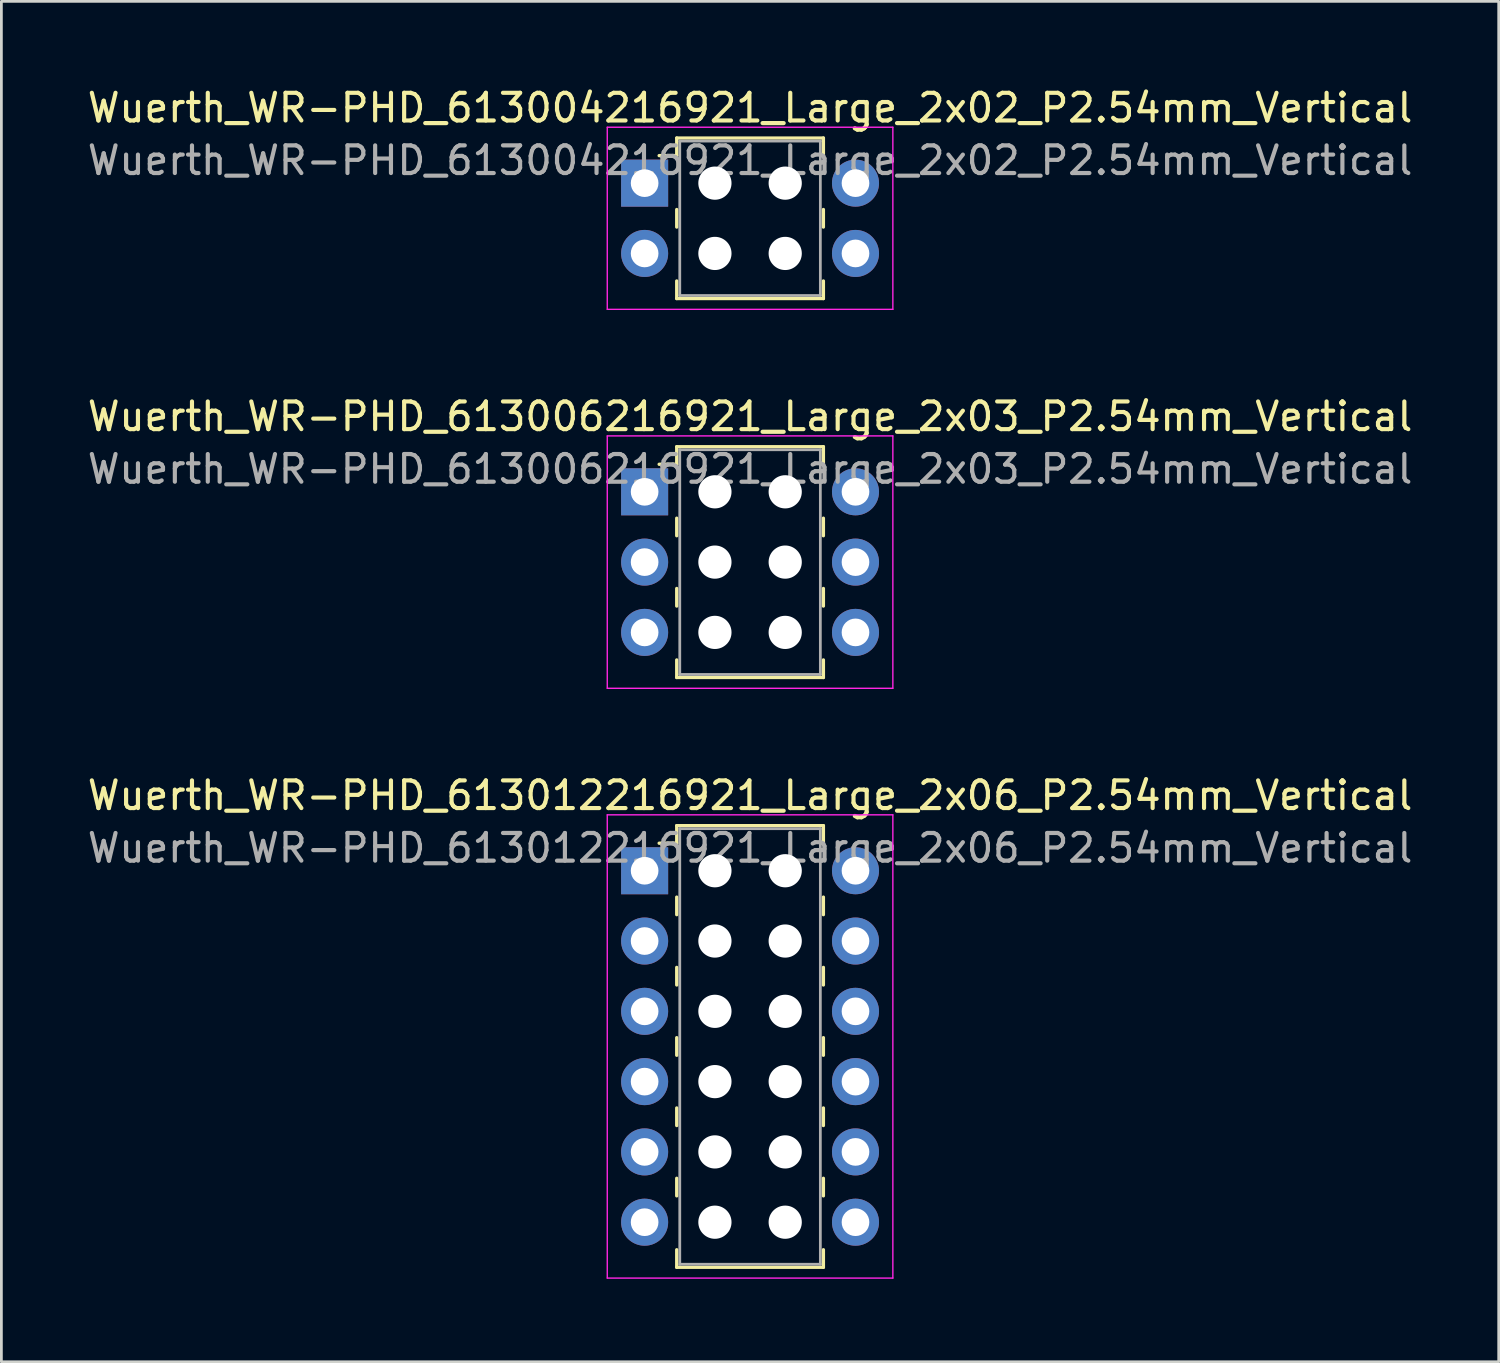
<source format=kicad_pcb>
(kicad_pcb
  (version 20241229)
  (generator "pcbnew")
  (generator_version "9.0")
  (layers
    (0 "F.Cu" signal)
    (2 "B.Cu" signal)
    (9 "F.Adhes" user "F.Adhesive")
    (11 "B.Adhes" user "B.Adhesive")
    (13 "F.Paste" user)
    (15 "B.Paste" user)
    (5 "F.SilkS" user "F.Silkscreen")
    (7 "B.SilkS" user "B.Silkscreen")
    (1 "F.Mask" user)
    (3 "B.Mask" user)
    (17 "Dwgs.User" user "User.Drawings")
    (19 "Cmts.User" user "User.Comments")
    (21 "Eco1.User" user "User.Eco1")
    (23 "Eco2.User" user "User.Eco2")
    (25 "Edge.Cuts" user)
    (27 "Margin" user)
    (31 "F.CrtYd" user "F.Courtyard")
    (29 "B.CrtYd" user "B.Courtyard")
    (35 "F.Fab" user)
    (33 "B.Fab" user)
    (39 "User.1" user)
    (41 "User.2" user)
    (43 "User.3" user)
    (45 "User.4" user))
  (footprint "Wuerth_WR-PHD_613012216921_Large_2x06_P2.54mm_Vertical"
    (layer "F.Cu")
    (at 20.244 28.415)
    (property "Reference" "Wuerth_WR-PHD_613012216921_Large_2x06_P2.54mm_Vertical" (at 3.81 -2.72 0) (layer "F.SilkS") (effects (font (size 1 1) (thickness 0.15))))
    (attr through_hole)
    (fp_line (start 1.16 -1.63) (end 1.16 -0.995) (stroke (width 0.12) (type solid)) (layer "F.SilkS"))
    (fp_line (start 1.16 -1.63) (end 6.46 -1.63) (stroke (width 0.12) (type solid)) (layer "F.SilkS"))
    (fp_line (start 1.16 -0.995) (end 0.525 -0.995) (stroke (width 0.12) (type solid)) (layer "F.SilkS"))
    (fp_line (start 1.16 0.953) (end 1.16 1.587) (stroke (width 0.12) (type solid)) (layer "F.SilkS"))
    (fp_line (start 1.16 3.493) (end 1.16 4.128) (stroke (width 0.12) (type solid)) (layer "F.SilkS"))
    (fp_line (start 1.16 6.032) (end 1.16 6.668) (stroke (width 0.12) (type solid)) (layer "F.SilkS"))
    (fp_line (start 1.16 8.572) (end 1.16 9.207) (stroke (width 0.12) (type solid)) (layer "F.SilkS"))
    (fp_line (start 1.16 11.113) (end 1.16 11.748) (stroke (width 0.12) (type solid)) (layer "F.SilkS"))
    (fp_line (start 1.16 14.33) (end 1.16 13.695) (stroke (width 0.12) (type solid)) (layer "F.SilkS"))
    (fp_line (start 1.16 14.33) (end 6.46 14.33) (stroke (width 0.12) (type solid)) (layer "F.SilkS"))
    (fp_line (start 6.46 -1.63) (end 6.46 -0.995) (stroke (width 0.12) (type solid)) (layer "F.SilkS"))
    (fp_line (start 6.46 0.953) (end 6.46 1.587) (stroke (width 0.12) (type solid)) (layer "F.SilkS"))
    (fp_line (start 6.46 3.493) (end 6.46 4.128) (stroke (width 0.12) (type solid)) (layer "F.SilkS"))
    (fp_line (start 6.46 6.032) (end 6.46 6.668) (stroke (width 0.12) (type solid)) (layer "F.SilkS"))
    (fp_line (start 6.46 8.572) (end 6.46 9.207) (stroke (width 0.12) (type solid)) (layer "F.SilkS"))
    (fp_line (start 6.46 11.113) (end 6.46 11.748) (stroke (width 0.12) (type solid)) (layer "F.SilkS"))
    (fp_line (start 6.46 14.33) (end 6.46 13.695) (stroke (width 0.12) (type solid)) (layer "F.SilkS"))
    (fp_line (start -1.35 -2.02) (end -1.35 14.72) (stroke (width 0.05) (type solid)) (layer "F.CrtYd"))
    (fp_line (start -1.35 14.72) (end 8.97 14.72) (stroke (width 0.05) (type solid)) (layer "F.CrtYd"))
    (fp_line (start 8.97 -2.02) (end -1.35 -2.02) (stroke (width 0.05) (type solid)) (layer "F.CrtYd"))
    (fp_line (start 8.97 14.72) (end 8.97 -2.02) (stroke (width 0.05) (type solid)) (layer "F.CrtYd"))
    (fp_line (start 1.27 -1.52) (end 1.27 14.22) (stroke (width 0.1) (type solid)) (layer "F.Fab"))
    (fp_line (start 1.27 14.22) (end 6.35 14.22) (stroke (width 0.1) (type solid)) (layer "F.Fab"))
    (fp_line (start 6.35 -1.52) (end 1.27 -1.52) (stroke (width 0.1) (type solid)) (layer "F.Fab"))
    (fp_line (start 6.35 14.22) (end 6.35 -1.52) (stroke (width 0.1) (type solid)) (layer "F.Fab"))
    (fp_text user "${REFERENCE}" (at 3.81 -0.82 0) (layer "F.Fab") (effects (font (size 1 1) (thickness 0.15))))
    (pad "" np_thru_hole circle (at 2.54 0) (size 1.2 1.2) (drill 1.2) (layers "*.Cu" "*.Mask"))
    (pad "" np_thru_hole circle (at 2.54 2.54) (size 1.2 1.2) (drill 1.2) (layers "*.Cu" "*.Mask"))
    (pad "" np_thru_hole circle (at 2.54 5.08) (size 1.2 1.2) (drill 1.2) (layers "*.Cu" "*.Mask"))
    (pad "" np_thru_hole circle (at 2.54 7.62) (size 1.2 1.2) (drill 1.2) (layers "*.Cu" "*.Mask"))
    (pad "" np_thru_hole circle (at 2.54 10.16) (size 1.2 1.2) (drill 1.2) (layers "*.Cu" "*.Mask"))
    (pad "" np_thru_hole circle (at 2.54 12.7) (size 1.2 1.2) (drill 1.2) (layers "*.Cu" "*.Mask"))
    (pad "" np_thru_hole circle (at 5.08 0) (size 1.2 1.2) (drill 1.2) (layers "*.Cu" "*.Mask"))
    (pad "" np_thru_hole circle (at 5.08 2.54) (size 1.2 1.2) (drill 1.2) (layers "*.Cu" "*.Mask"))
    (pad "" np_thru_hole circle (at 5.08 5.08) (size 1.2 1.2) (drill 1.2) (layers "*.Cu" "*.Mask"))
    (pad "" np_thru_hole circle (at 5.08 7.62) (size 1.2 1.2) (drill 1.2) (layers "*.Cu" "*.Mask"))
    (pad "" np_thru_hole circle (at 5.08 10.16) (size 1.2 1.2) (drill 1.2) (layers "*.Cu" "*.Mask"))
    (pad "" np_thru_hole circle (at 5.08 12.7) (size 1.2 1.2) (drill 1.2) (layers "*.Cu" "*.Mask"))
    (pad "1" thru_hole rect (at 0 0) (size 1.7 1.7) (drill 1) (layers "*.Cu" "*.Mask"))
    (pad "2" thru_hole circle (at 7.62 0) (size 1.7 1.7) (drill 1) (layers "*.Cu" "*.Mask"))
    (pad "3" thru_hole circle (at 0 2.54) (size 1.7 1.7) (drill 1) (layers "*.Cu" "*.Mask"))
    (pad "4" thru_hole circle (at 7.62 2.54) (size 1.7 1.7) (drill 1) (layers "*.Cu" "*.Mask"))
    (pad "5" thru_hole circle (at 0 5.08) (size 1.7 1.7) (drill 1) (layers "*.Cu" "*.Mask"))
    (pad "6" thru_hole circle (at 7.62 5.08) (size 1.7 1.7) (drill 1) (layers "*.Cu" "*.Mask"))
    (pad "7" thru_hole circle (at 0 7.62) (size 1.7 1.7) (drill 1) (layers "*.Cu" "*.Mask"))
    (pad "8" thru_hole circle (at 7.62 7.62) (size 1.7 1.7) (drill 1) (layers "*.Cu" "*.Mask"))
    (pad "9" thru_hole circle (at 0 10.16) (size 1.7 1.7) (drill 1) (layers "*.Cu" "*.Mask"))
    (pad "10" thru_hole circle (at 7.62 10.16) (size 1.7 1.7) (drill 1) (layers "*.Cu" "*.Mask"))
    (pad "11" thru_hole circle (at 0 12.7) (size 1.7 1.7) (drill 1) (layers "*.Cu" "*.Mask"))
    (pad "12" thru_hole circle (at 7.62 12.7) (size 1.7 1.7) (drill 1) (layers "*.Cu" "*.Mask")))
  (footprint "Wuerth_WR-PHD_613004216921_Large_2x02_P2.54mm_Vertical"
    (layer "F.Cu")
    (at 20.244 3.568)
    (property "Reference" "Wuerth_WR-PHD_613004216921_Large_2x02_P2.54mm_Vertical" (at 3.81 -2.72 0) (layer "F.SilkS") (effects (font (size 1 1) (thickness 0.15))))
    (attr through_hole)
    (fp_line (start 1.16 -1.63) (end 1.16 -0.995) (stroke (width 0.12) (type solid)) (layer "F.SilkS"))
    (fp_line (start 1.16 -1.63) (end 6.46 -1.63) (stroke (width 0.12) (type solid)) (layer "F.SilkS"))
    (fp_line (start 1.16 -0.995) (end 0.525 -0.995) (stroke (width 0.12) (type solid)) (layer "F.SilkS"))
    (fp_line (start 1.16 0.953) (end 1.16 1.587) (stroke (width 0.12) (type solid)) (layer "F.SilkS"))
    (fp_line (start 1.16 4.17) (end 1.16 3.535) (stroke (width 0.12) (type solid)) (layer "F.SilkS"))
    (fp_line (start 1.16 4.17) (end 6.46 4.17) (stroke (width 0.12) (type solid)) (layer "F.SilkS"))
    (fp_line (start 6.46 -1.63) (end 6.46 -0.995) (stroke (width 0.12) (type solid)) (layer "F.SilkS"))
    (fp_line (start 6.46 0.953) (end 6.46 1.587) (stroke (width 0.12) (type solid)) (layer "F.SilkS"))
    (fp_line (start 6.46 4.17) (end 6.46 3.535) (stroke (width 0.12) (type solid)) (layer "F.SilkS"))
    (fp_line (start -1.35 -2.02) (end -1.35 4.56) (stroke (width 0.05) (type solid)) (layer "F.CrtYd"))
    (fp_line (start -1.35 4.56) (end 8.97 4.56) (stroke (width 0.05) (type solid)) (layer "F.CrtYd"))
    (fp_line (start 8.97 -2.02) (end -1.35 -2.02) (stroke (width 0.05) (type solid)) (layer "F.CrtYd"))
    (fp_line (start 8.97 4.56) (end 8.97 -2.02) (stroke (width 0.05) (type solid)) (layer "F.CrtYd"))
    (fp_line (start 1.27 -1.52) (end 1.27 4.06) (stroke (width 0.1) (type solid)) (layer "F.Fab"))
    (fp_line (start 1.27 4.06) (end 6.35 4.06) (stroke (width 0.1) (type solid)) (layer "F.Fab"))
    (fp_line (start 6.35 -1.52) (end 1.27 -1.52) (stroke (width 0.1) (type solid)) (layer "F.Fab"))
    (fp_line (start 6.35 4.06) (end 6.35 -1.52) (stroke (width 0.1) (type solid)) (layer "F.Fab"))
    (fp_text user "${REFERENCE}" (at 3.81 -0.82 0) (layer "F.Fab") (effects (font (size 1 1) (thickness 0.15))))
    (pad "" np_thru_hole circle (at 2.54 0) (size 1.2 1.2) (drill 1.2) (layers "*.Cu" "*.Mask"))
    (pad "" np_thru_hole circle (at 2.54 2.54) (size 1.2 1.2) (drill 1.2) (layers "*.Cu" "*.Mask"))
    (pad "" np_thru_hole circle (at 5.08 0) (size 1.2 1.2) (drill 1.2) (layers "*.Cu" "*.Mask"))
    (pad "" np_thru_hole circle (at 5.08 2.54) (size 1.2 1.2) (drill 1.2) (layers "*.Cu" "*.Mask"))
    (pad "1" thru_hole rect (at 0 0) (size 1.7 1.7) (drill 1) (layers "*.Cu" "*.Mask"))
    (pad "2" thru_hole circle (at 7.62 0) (size 1.7 1.7) (drill 1) (layers "*.Cu" "*.Mask"))
    (pad "3" thru_hole circle (at 0 2.54) (size 1.7 1.7) (drill 1) (layers "*.Cu" "*.Mask"))
    (pad "4" thru_hole circle (at 7.62 2.54) (size 1.7 1.7) (drill 1) (layers "*.Cu" "*.Mask")))
  (footprint "Wuerth_WR-PHD_613006216921_Large_2x03_P2.54mm_Vertical"
    (layer "F.Cu")
    (at 20.244 14.722)
    (property "Reference" "Wuerth_WR-PHD_613006216921_Large_2x03_P2.54mm_Vertical" (at 3.81 -2.72 0) (layer "F.SilkS") (effects (font (size 1 1) (thickness 0.15))))
    (attr through_hole)
    (fp_line (start 1.16 -1.63) (end 1.16 -0.995) (stroke (width 0.12) (type solid)) (layer "F.SilkS"))
    (fp_line (start 1.16 -1.63) (end 6.46 -1.63) (stroke (width 0.12) (type solid)) (layer "F.SilkS"))
    (fp_line (start 1.16 -0.995) (end 0.525 -0.995) (stroke (width 0.12) (type solid)) (layer "F.SilkS"))
    (fp_line (start 1.16 0.953) (end 1.16 1.587) (stroke (width 0.12) (type solid)) (layer "F.SilkS"))
    (fp_line (start 1.16 3.493) (end 1.16 4.128) (stroke (width 0.12) (type solid)) (layer "F.SilkS"))
    (fp_line (start 1.16 6.71) (end 1.16 6.075) (stroke (width 0.12) (type solid)) (layer "F.SilkS"))
    (fp_line (start 1.16 6.71) (end 6.46 6.71) (stroke (width 0.12) (type solid)) (layer "F.SilkS"))
    (fp_line (start 6.46 -1.63) (end 6.46 -0.995) (stroke (width 0.12) (type solid)) (layer "F.SilkS"))
    (fp_line (start 6.46 0.953) (end 6.46 1.587) (stroke (width 0.12) (type solid)) (layer "F.SilkS"))
    (fp_line (start 6.46 3.493) (end 6.46 4.128) (stroke (width 0.12) (type solid)) (layer "F.SilkS"))
    (fp_line (start 6.46 6.71) (end 6.46 6.075) (stroke (width 0.12) (type solid)) (layer "F.SilkS"))
    (fp_line (start -1.35 -2.02) (end -1.35 7.1) (stroke (width 0.05) (type solid)) (layer "F.CrtYd"))
    (fp_line (start -1.35 7.1) (end 8.97 7.1) (stroke (width 0.05) (type solid)) (layer "F.CrtYd"))
    (fp_line (start 8.97 -2.02) (end -1.35 -2.02) (stroke (width 0.05) (type solid)) (layer "F.CrtYd"))
    (fp_line (start 8.97 7.1) (end 8.97 -2.02) (stroke (width 0.05) (type solid)) (layer "F.CrtYd"))
    (fp_line (start 1.27 -1.52) (end 1.27 6.6) (stroke (width 0.1) (type solid)) (layer "F.Fab"))
    (fp_line (start 1.27 6.6) (end 6.35 6.6) (stroke (width 0.1) (type solid)) (layer "F.Fab"))
    (fp_line (start 6.35 -1.52) (end 1.27 -1.52) (stroke (width 0.1) (type solid)) (layer "F.Fab"))
    (fp_line (start 6.35 6.6) (end 6.35 -1.52) (stroke (width 0.1) (type solid)) (layer "F.Fab"))
    (fp_text user "${REFERENCE}" (at 3.81 -0.82 0) (layer "F.Fab") (effects (font (size 1 1) (thickness 0.15))))
    (pad "" np_thru_hole circle (at 2.54 0) (size 1.2 1.2) (drill 1.2) (layers "*.Cu" "*.Mask"))
    (pad "" np_thru_hole circle (at 2.54 2.54) (size 1.2 1.2) (drill 1.2) (layers "*.Cu" "*.Mask"))
    (pad "" np_thru_hole circle (at 2.54 5.08) (size 1.2 1.2) (drill 1.2) (layers "*.Cu" "*.Mask"))
    (pad "" np_thru_hole circle (at 5.08 0) (size 1.2 1.2) (drill 1.2) (layers "*.Cu" "*.Mask"))
    (pad "" np_thru_hole circle (at 5.08 2.54) (size 1.2 1.2) (drill 1.2) (layers "*.Cu" "*.Mask"))
    (pad "" np_thru_hole circle (at 5.08 5.08) (size 1.2 1.2) (drill 1.2) (layers "*.Cu" "*.Mask"))
    (pad "1" thru_hole rect (at 0 0) (size 1.7 1.7) (drill 1) (layers "*.Cu" "*.Mask"))
    (pad "2" thru_hole circle (at 7.62 0) (size 1.7 1.7) (drill 1) (layers "*.Cu" "*.Mask"))
    (pad "3" thru_hole circle (at 0 2.54) (size 1.7 1.7) (drill 1) (layers "*.Cu" "*.Mask"))
    (pad "4" thru_hole circle (at 7.62 2.54) (size 1.7 1.7) (drill 1) (layers "*.Cu" "*.Mask"))
    (pad "5" thru_hole circle (at 0 5.08) (size 1.7 1.7) (drill 1) (layers "*.Cu" "*.Mask"))
    (pad "6" thru_hole circle (at 7.62 5.08) (size 1.7 1.7) (drill 1) (layers "*.Cu" "*.Mask")))
  (gr_rect
    (start -3 -3)
    (end 51.107 46.16)
    (stroke (width 0.1) (type default))
    (fill no)
    (layer "Edge.Cuts")))
</source>
